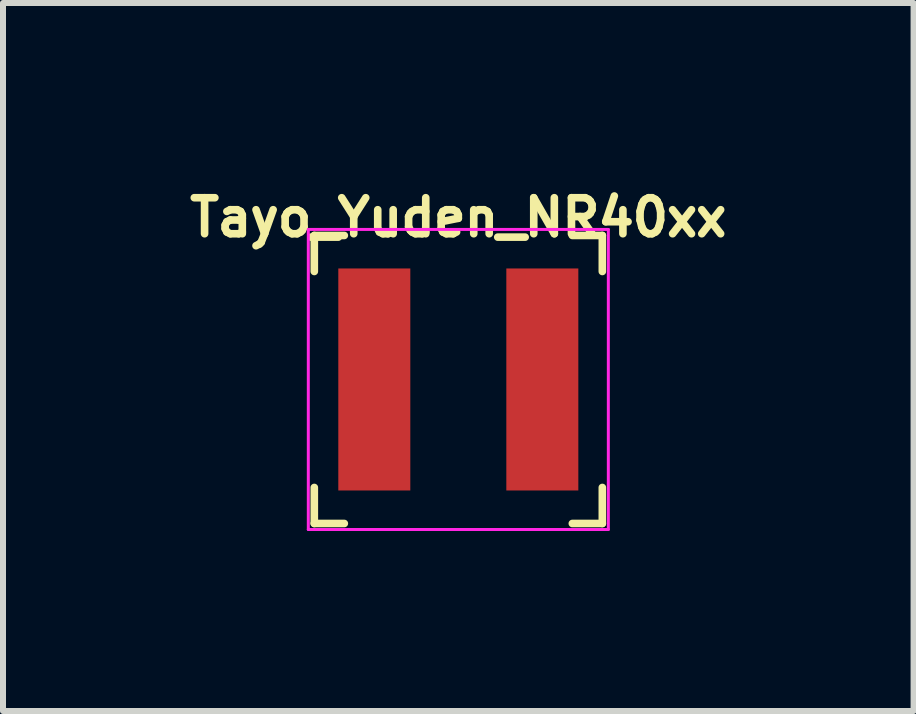
<source format=kicad_pcb>
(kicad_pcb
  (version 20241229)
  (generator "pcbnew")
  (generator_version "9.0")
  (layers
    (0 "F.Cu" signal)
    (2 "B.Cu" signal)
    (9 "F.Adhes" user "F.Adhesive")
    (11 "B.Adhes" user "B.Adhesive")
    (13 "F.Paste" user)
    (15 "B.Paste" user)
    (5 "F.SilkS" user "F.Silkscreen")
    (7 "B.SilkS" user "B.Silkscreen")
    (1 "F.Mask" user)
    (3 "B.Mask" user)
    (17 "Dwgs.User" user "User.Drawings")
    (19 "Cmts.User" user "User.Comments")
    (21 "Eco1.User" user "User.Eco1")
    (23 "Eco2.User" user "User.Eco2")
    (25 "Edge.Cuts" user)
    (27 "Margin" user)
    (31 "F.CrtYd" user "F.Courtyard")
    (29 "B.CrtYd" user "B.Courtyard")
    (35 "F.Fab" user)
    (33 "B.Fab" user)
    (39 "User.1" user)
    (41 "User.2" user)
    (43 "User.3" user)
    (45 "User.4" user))
  (footprint "Tayo_Yuden_NR40xx"
    (layer "F.Cu")
    (at 4.588 3.274)
    (property "Reference" "Tayo_Yuden_NR40xx" (at 0 -2.7 0) (layer "F.SilkS") (effects (font (size 0.6 0.6) (thickness 0.127))))
    (attr through_hole)
    (fp_line (start -2.4 -2.4) (end -2.4 -1.8) (stroke (width 0.127) (type solid)) (layer "F.SilkS"))
    (fp_line (start -2.4 -2.4) (end -1.9 -2.4) (stroke (width 0.127) (type solid)) (layer "F.SilkS"))
    (fp_line (start -2.4 2.4) (end -2.4 1.8) (stroke (width 0.127) (type solid)) (layer "F.SilkS"))
    (fp_line (start -2.4 2.4) (end -1.9 2.4) (stroke (width 0.127) (type solid)) (layer "F.SilkS"))
    (fp_line (start 1.9 -2.4) (end 2.4 -2.4) (stroke (width 0.127) (type solid)) (layer "F.SilkS"))
    (fp_line (start 1.9 2.4) (end 2.4 2.4) (stroke (width 0.127) (type solid)) (layer "F.SilkS"))
    (fp_line (start 2.4 -2.4) (end 2.4 -1.8) (stroke (width 0.127) (type solid)) (layer "F.SilkS"))
    (fp_line (start 2.4 2.4) (end 2.4 1.8) (stroke (width 0.127) (type solid)) (layer "F.SilkS"))
    (fp_line (start -2.5 -2.5) (end 2.5 -2.5) (stroke (width 0.05) (type solid)) (layer "F.CrtYd"))
    (fp_line (start -2.5 2.5) (end -2.5 -2.5) (stroke (width 0.05) (type solid)) (layer "F.CrtYd"))
    (fp_line (start 2.5 -2.5) (end 2.5 2.5) (stroke (width 0.05) (type solid)) (layer "F.CrtYd"))
    (fp_line (start 2.5 2.5) (end -2.5 2.5) (stroke (width 0.05) (type solid)) (layer "F.CrtYd"))
    (pad "1" smd rect (at -1.4 0) (size 1.2 3.7) (layers "F.Cu" "F.Mask" "F.Paste"))
    (pad "2" smd rect (at 1.4 0) (size 1.2 3.7) (layers "F.Cu" "F.Mask" "F.Paste")))
  (gr_rect
    (start -3 -3)
    (end 12.175 8.799)
    (stroke (width 0.1) (type default))
    (fill no)
    (layer "Edge.Cuts")))
</source>
